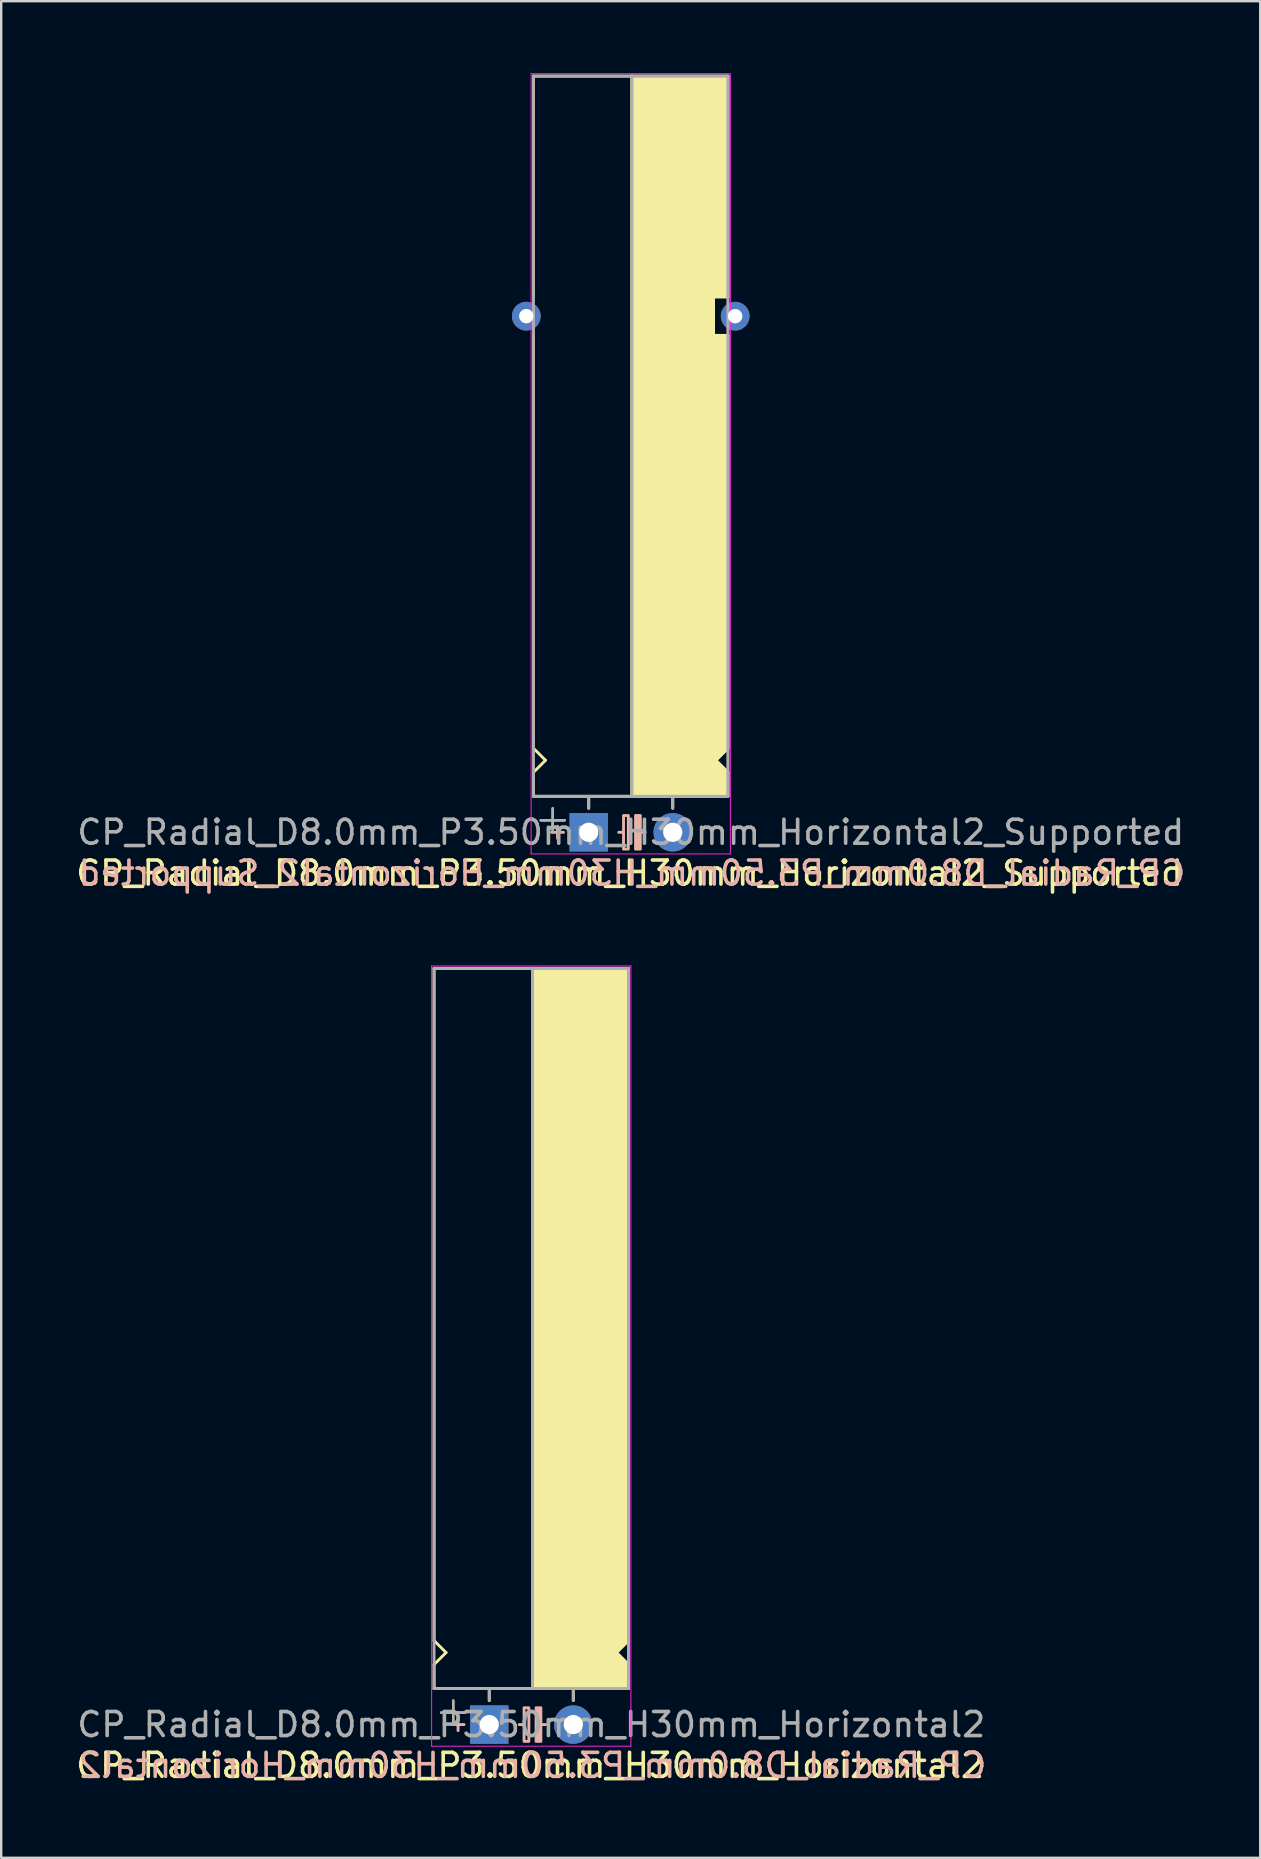
<source format=kicad_pcb>
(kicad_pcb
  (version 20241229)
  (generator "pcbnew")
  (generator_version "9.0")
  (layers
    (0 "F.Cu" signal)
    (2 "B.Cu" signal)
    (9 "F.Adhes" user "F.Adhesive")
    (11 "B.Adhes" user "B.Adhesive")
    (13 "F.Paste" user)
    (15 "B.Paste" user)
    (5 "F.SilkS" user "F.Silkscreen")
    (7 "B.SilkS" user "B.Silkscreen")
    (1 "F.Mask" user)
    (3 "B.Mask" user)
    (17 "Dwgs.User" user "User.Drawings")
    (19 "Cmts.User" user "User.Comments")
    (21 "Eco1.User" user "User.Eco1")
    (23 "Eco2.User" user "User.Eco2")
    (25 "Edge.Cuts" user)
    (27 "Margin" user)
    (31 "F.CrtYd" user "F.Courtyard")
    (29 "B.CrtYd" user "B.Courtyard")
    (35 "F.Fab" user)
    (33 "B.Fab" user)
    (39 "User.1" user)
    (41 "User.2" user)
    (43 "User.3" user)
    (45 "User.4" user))
  (footprint "CP_Radial_D8.0mm_P3.50mm_H30mm_Horizontal2"
    (layer "F.Cu")
    (at 17.33 68.788)
    (property "Reference" "CP_Radial_D8.0mm_P3.50mm_H30mm_Horizontal2" (at 1.7 1.7 0) (layer "F.SilkS") (effects (font (size 1 1) (thickness 0.15))))
    (fp_line (start -2.3 -31.5) (end 5.8 -31.5) (stroke (width 0.12) (type solid)) (layer "F.SilkS"))
    (fp_line (start -2.3 -3.5) (end -2.3 -31.5) (stroke (width 0.12) (type solid)) (layer "F.SilkS"))
    (fp_line (start -2.3 -3.5) (end -1.8 -3) (stroke (width 0.12) (type solid)) (layer "F.SilkS"))
    (fp_line (start -2.3 -2.5) (end -2.3 -1.5) (stroke (width 0.12) (type solid)) (layer "F.SilkS"))
    (fp_line (start -2.3 -1.5) (end 5.8 -1.5) (stroke (width 0.12) (type solid)) (layer "F.SilkS"))
    (fp_line (start -2 -0.5) (end -1 -0.5) (stroke (width 0.1) (type solid)) (layer "F.SilkS"))
    (fp_line (start -1.8 -3) (end -2.3 -2.5) (stroke (width 0.12) (type solid)) (layer "F.SilkS"))
    (fp_line (start -1.5 0) (end -1.5 -1) (stroke (width 0.1) (type solid)) (layer "F.SilkS"))
    (fp_line (start 0 -1) (end 0 -1.5) (stroke (width 0.12) (type solid)) (layer "F.SilkS"))
    (fp_line (start 1.8 -31.5) (end 1.8 -1.5) (stroke (width 0.12) (type solid)) (layer "F.SilkS"))
    (fp_line (start 3.5 -1) (end 3.5 -1.5) (stroke (width 0.12) (type solid)) (layer "F.SilkS"))
    (fp_line (start 5.3 -3) (end 5.8 -3.5) (stroke (width 0.12) (type solid)) (layer "F.SilkS"))
    (fp_line (start 5.8 -11.5) (end 5.8 -31.5) (stroke (width 0.12) (type solid)) (layer "F.SilkS"))
    (fp_line (start 5.8 -3.5) (end 5.8 -11.5) (stroke (width 0.12) (type solid)) (layer "F.SilkS"))
    (fp_line (start 5.8 -2.5) (end 5.3 -3) (stroke (width 0.12) (type solid)) (layer "F.SilkS"))
    (fp_line (start 5.8 -1.5) (end 5.8 -2.5) (stroke (width 0.12) (type solid)) (layer "F.SilkS"))
    (fp_poly (pts (xy 5.8 -3.5) (xy 5.3 -3) (xy 5.8 -2.5) (xy 5.8 -1.5) (xy 1.8 -1.5) (xy 1.8 -31.5) (xy 5.8 -31.5)) (stroke (width 0.1) (type solid)) (fill yes) (layer "F.SilkS"))
    (fp_line (start -1.3 -0.25) (end -1.3 0.25) (stroke (width 0.12) (type solid)) (layer "B.SilkS"))
    (fp_line (start -1.05 0) (end -1.55 0) (stroke (width 0.12) (type solid)) (layer "B.SilkS"))
    (fp_line (start 1.45 0) (end 1.25 0) (stroke (width 0.12) (type solid)) (layer "B.SilkS"))
    (fp_line (start 2.15 0) (end 2.35 0) (stroke (width 0.12) (type solid)) (layer "B.SilkS"))
    (fp_rect (start 1.65 -0.7) (end 1.45 0.7) (stroke (width 0.12) (type solid)) (fill no) (layer "B.SilkS"))
    (fp_rect (start 2.15 -0.7) (end 1.95 0.7) (stroke (width 0.12) (type solid)) (fill yes) (layer "B.SilkS"))
    (fp_line (start -2.4 -31.6) (end -2.4 -1.5) (stroke (width 0.04) (type solid)) (layer "F.CrtYd"))
    (fp_line (start -2.4 -1.5) (end -2.4 0.9) (stroke (width 0.04) (type solid)) (layer "F.CrtYd"))
    (fp_line (start -2.4 0.9) (end 5.9 0.9) (stroke (width 0.04) (type solid)) (layer "F.CrtYd"))
    (fp_line (start 5.9 -31.6) (end -2.4 -31.6) (stroke (width 0.04) (type solid)) (layer "F.CrtYd"))
    (fp_line (start 5.9 0.9) (end 5.9 -31.6) (stroke (width 0.04) (type solid)) (layer "F.CrtYd"))
    (fp_line (start -2.3 -31.5) (end -2.3 -1.5) (stroke (width 0.12) (type solid)) (layer "F.Fab"))
    (fp_line (start -2.3 -1.5) (end 5.8 -1.5) (stroke (width 0.12) (type solid)) (layer "F.Fab"))
    (fp_line (start -2 -0.5) (end -1 -0.5) (stroke (width 0.1) (type solid)) (layer "F.Fab"))
    (fp_line (start -1.5 0) (end -1.5 -1) (stroke (width 0.1) (type solid)) (layer "F.Fab"))
    (fp_line (start 0 -1.5) (end 0 -1) (stroke (width 0.12) (type solid)) (layer "F.Fab"))
    (fp_line (start 1.8 -1.5) (end 1.8 -31.5) (stroke (width 0.12) (type solid)) (layer "F.Fab"))
    (fp_line (start 3.5 -1.5) (end 3.5 -1) (stroke (width 0.12) (type solid)) (layer "F.Fab"))
    (fp_line (start 5.8 -31.5) (end -2.3 -31.5) (stroke (width 0.12) (type solid)) (layer "F.Fab"))
    (fp_line (start 5.8 -1.5) (end 5.8 -31.5) (stroke (width 0.12) (type solid)) (layer "F.Fab"))
    (fp_poly (pts (xy 5.8 -31.5) (xy 1.8 -31.5) (xy 1.8 -1.5) (xy 5.8 -1.5)) (stroke (width 0.1) (type solid)) (fill no) (layer "F.Fab"))
    (fp_text user "${REFERENCE}" (at 1.8 1.7 0) (layer "B.SilkS") (effects (font (size 1 1) (thickness 0.15)) (justify mirror)))
    (fp_text user "${REFERENCE}" (at 1.75 0 0) (layer "F.Fab") (effects (font (size 1 1) (thickness 0.15))))
    (pad "1" thru_hole rect (at 0 0) (size 1.6 1.6) (drill 0.8) (layers "*.Cu" "*.Mask"))
    (pad "2" thru_hole circle (at 3.5 0) (size 1.6 1.6) (drill 0.8) (layers "*.Cu" "*.Mask")))
  (footprint "CP_Radial_D8.0mm_P3.50mm_H30mm_Horizontal2_Supported"
    (layer "F.Cu")
    (at 21.473 31.62)
    (property "Reference" "CP_Radial_D8.0mm_P3.50mm_H30mm_Horizontal2_Supported" (at 1.7 1.7 0) (layer "F.SilkS") (effects (font (size 1 1) (thickness 0.15))))
    (fp_line (start -2.3 -31.5) (end 5.8 -31.5) (stroke (width 0.12) (type solid)) (layer "F.SilkS"))
    (fp_line (start -2.3 -22.3) (end -2.3 -31.5) (stroke (width 0.12) (type solid)) (layer "F.SilkS"))
    (fp_line (start -2.3 -3.5) (end -2.3 -20.7) (stroke (width 0.12) (type solid)) (layer "F.SilkS"))
    (fp_line (start -2.3 -3.5) (end -1.8 -3) (stroke (width 0.12) (type solid)) (layer "F.SilkS"))
    (fp_line (start -2.3 -2.5) (end -2.3 -1.5) (stroke (width 0.12) (type solid)) (layer "F.SilkS"))
    (fp_line (start -2.3 -1.5) (end 5.8 -1.5) (stroke (width 0.12) (type solid)) (layer "F.SilkS"))
    (fp_line (start -2 -0.5) (end -1 -0.5) (stroke (width 0.1) (type solid)) (layer "F.SilkS"))
    (fp_line (start -1.8 -3) (end -2.3 -2.5) (stroke (width 0.12) (type solid)) (layer "F.SilkS"))
    (fp_line (start -1.5 0) (end -1.5 -1) (stroke (width 0.1) (type solid)) (layer "F.SilkS"))
    (fp_line (start 0 -1) (end 0 -1.5) (stroke (width 0.12) (type solid)) (layer "F.SilkS"))
    (fp_line (start 1.8 -31.5) (end 1.8 -1.5) (stroke (width 0.12) (type solid)) (layer "F.SilkS"))
    (fp_line (start 3.5 -1) (end 3.5 -1.5) (stroke (width 0.12) (type solid)) (layer "F.SilkS"))
    (fp_line (start 5.2 -22.3) (end 5.2 -20.7) (stroke (width 0.12) (type solid)) (layer "F.SilkS"))
    (fp_line (start 5.2 -20.7) (end 5.8 -20.7) (stroke (width 0.12) (type solid)) (layer "F.SilkS"))
    (fp_line (start 5.3 -3) (end 5.8 -2.5) (stroke (width 0.12) (type solid)) (layer "F.SilkS"))
    (fp_line (start 5.8 -22.3) (end 5.2 -22.3) (stroke (width 0.12) (type solid)) (layer "F.SilkS"))
    (fp_line (start 5.8 -22.3) (end 5.8 -31.5) (stroke (width 0.12) (type solid)) (layer "F.SilkS"))
    (fp_line (start 5.8 -3.5) (end 5.3 -3) (stroke (width 0.12) (type solid)) (layer "F.SilkS"))
    (fp_line (start 5.8 -3.5) (end 5.8 -20.7) (stroke (width 0.12) (type solid)) (layer "F.SilkS"))
    (fp_line (start 5.8 -2.5) (end 5.8 -1.5) (stroke (width 0.12) (type solid)) (layer "F.SilkS"))
    (fp_poly (pts (xy 5.8 -22.3) (xy 5.2 -22.3) (xy 5.2 -20.7) (xy 5.8 -20.7) (xy 5.8 -3.5) (xy 5.3 -3) (xy 5.8 -2.5) (xy 5.8 -1.5) (xy 1.8 -1.5) (xy 1.8 -31.5) (xy 5.8 -31.5)) (stroke (width 0.1) (type solid)) (fill yes) (layer "F.SilkS"))
    (fp_line (start -1.3 -0.25) (end -1.3 0.25) (stroke (width 0.12) (type solid)) (layer "B.SilkS"))
    (fp_line (start -1.05 0) (end -1.55 0) (stroke (width 0.12) (type solid)) (layer "B.SilkS"))
    (fp_line (start 1.45 0) (end 1.25 0) (stroke (width 0.12) (type solid)) (layer "B.SilkS"))
    (fp_line (start 2.15 0) (end 2.35 0) (stroke (width 0.12) (type solid)) (layer "B.SilkS"))
    (fp_rect (start 1.65 -0.7) (end 1.45 0.7) (stroke (width 0.12) (type solid)) (fill no) (layer "B.SilkS"))
    (fp_rect (start 2.15 -0.7) (end 1.95 0.7) (stroke (width 0.12) (type solid)) (fill yes) (layer "B.SilkS"))
    (fp_line (start -2.4 -31.6) (end -2.4 -1.5) (stroke (width 0.04) (type solid)) (layer "F.CrtYd"))
    (fp_line (start -2.4 -1.5) (end -2.4 0.9) (stroke (width 0.04) (type solid)) (layer "F.CrtYd"))
    (fp_line (start -2.4 0.9) (end 5.9 0.9) (stroke (width 0.04) (type solid)) (layer "F.CrtYd"))
    (fp_line (start 5.9 -31.6) (end -2.4 -31.6) (stroke (width 0.04) (type solid)) (layer "F.CrtYd"))
    (fp_line (start 5.9 0.9) (end 5.9 -31.6) (stroke (width 0.04) (type solid)) (layer "F.CrtYd"))
    (fp_line (start -2.3 -31.5) (end -2.3 -1.5) (stroke (width 0.12) (type solid)) (layer "F.Fab"))
    (fp_line (start -2.3 -1.5) (end 5.8 -1.5) (stroke (width 0.12) (type solid)) (layer "F.Fab"))
    (fp_line (start -2 -0.5) (end -1 -0.5) (stroke (width 0.1) (type solid)) (layer "F.Fab"))
    (fp_line (start -1.5 0) (end -1.5 -1) (stroke (width 0.1) (type solid)) (layer "F.Fab"))
    (fp_line (start 0 -1.5) (end 0 -1) (stroke (width 0.12) (type solid)) (layer "F.Fab"))
    (fp_line (start 1.8 -1.5) (end 1.8 -31.5) (stroke (width 0.12) (type solid)) (layer "F.Fab"))
    (fp_line (start 3.5 -1.5) (end 3.5 -1) (stroke (width 0.12) (type solid)) (layer "F.Fab"))
    (fp_line (start 5.8 -31.5) (end -2.3 -31.5) (stroke (width 0.12) (type solid)) (layer "F.Fab"))
    (fp_line (start 5.8 -1.5) (end 5.8 -31.5) (stroke (width 0.12) (type solid)) (layer "F.Fab"))
    (fp_poly (pts (xy 5.8 -31.5) (xy 1.8 -31.5) (xy 1.8 -1.5) (xy 5.8 -1.5)) (stroke (width 0.1) (type solid)) (fill no) (layer "F.Fab"))
    (fp_text user "${REFERENCE}" (at 1.8 1.7 0) (layer "B.SilkS") (effects (font (size 1 1) (thickness 0.15)) (justify mirror)))
    (fp_text user "${REFERENCE}" (at 1.75 0 0) (layer "F.Fab") (effects (font (size 1 1) (thickness 0.15))))
    (pad "1" thru_hole rect (at 0 0) (size 1.6 1.6) (drill 0.8) (layers "*.Cu" "*.Mask"))
    (pad "2" thru_hole circle (at 3.5 0) (size 1.6 1.6) (drill 0.8) (layers "*.Cu" "*.Mask"))
    (pad "~" thru_hole circle (at -2.6 -21.5 180) (size 1.2 1.2) (drill 0.6) (layers "*.Cu" "*.Mask"))
    (pad "~" thru_hole circle (at 6.1 -21.5 180) (size 1.2 1.2) (drill 0.6) (layers "*.Cu" "*.Mask")))
  (gr_rect
    (start -3 -3)
    (end 49.445 74.337)
    (stroke (width 0.1) (type default))
    (fill no)
    (layer "Edge.Cuts")))
</source>
